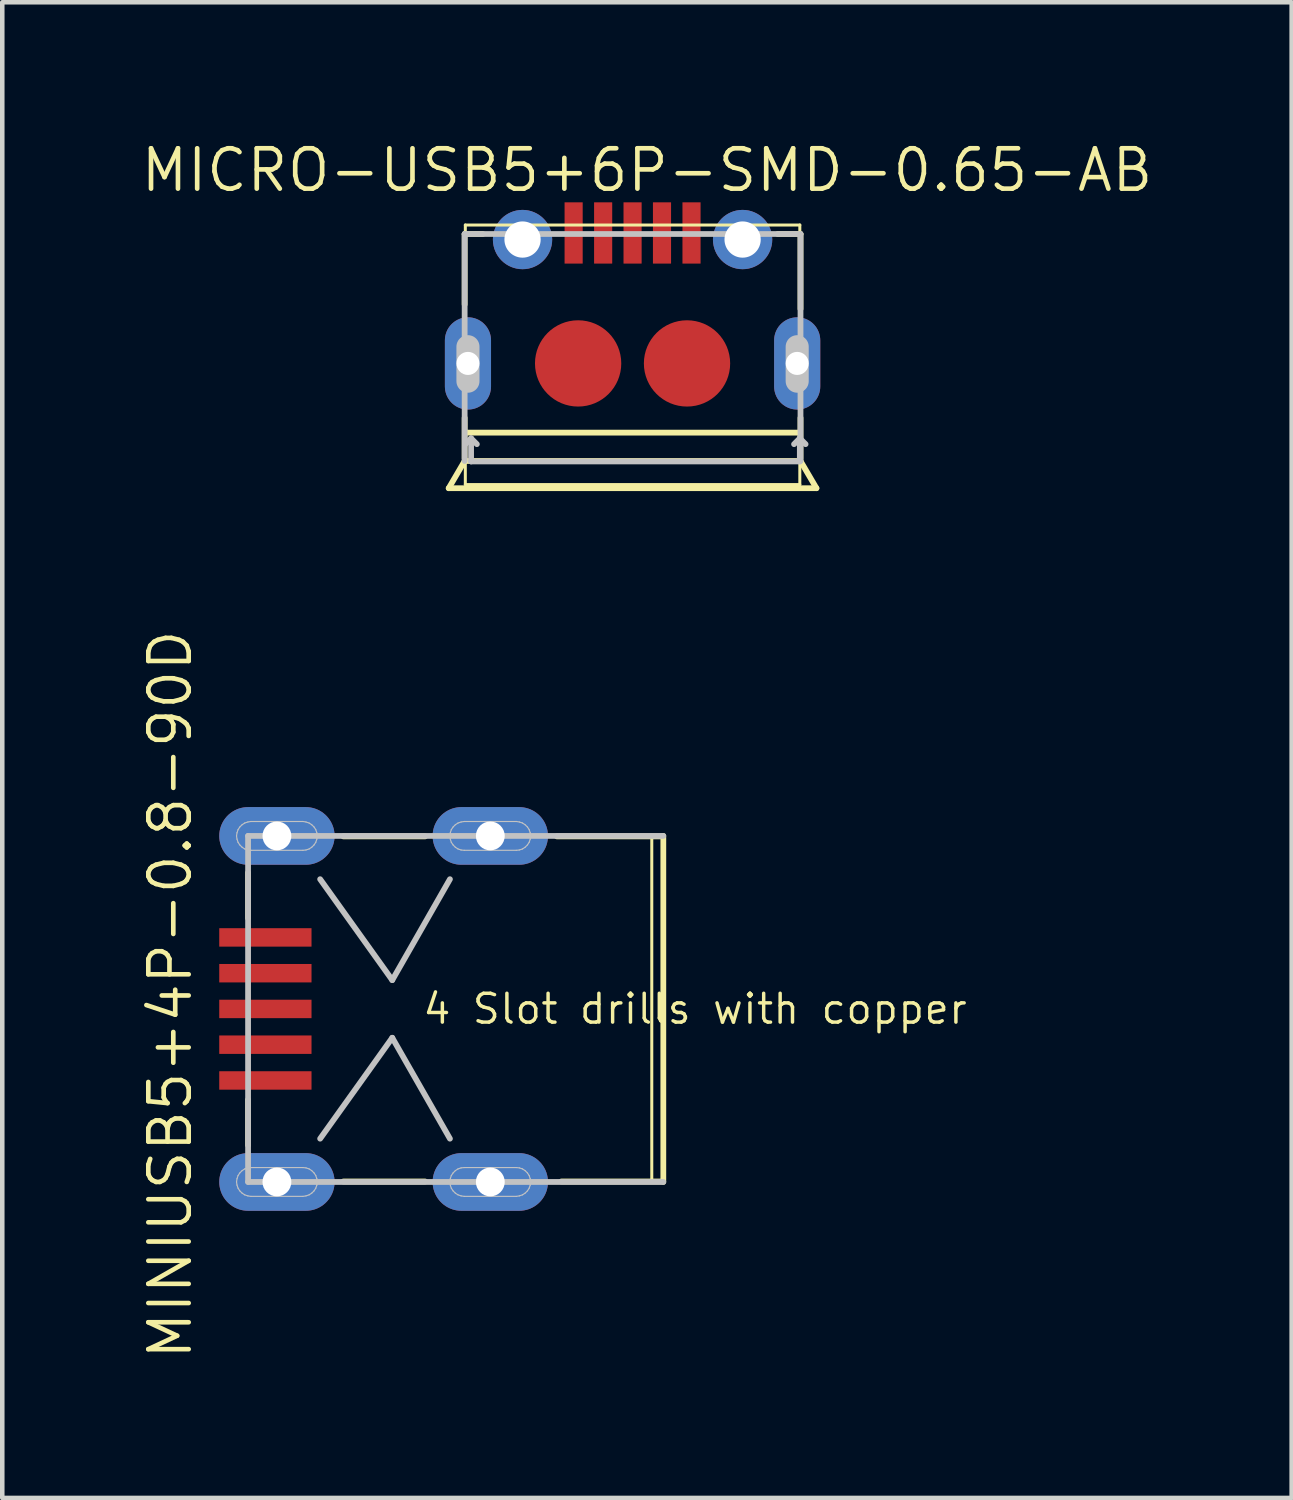
<source format=kicad_pcb>
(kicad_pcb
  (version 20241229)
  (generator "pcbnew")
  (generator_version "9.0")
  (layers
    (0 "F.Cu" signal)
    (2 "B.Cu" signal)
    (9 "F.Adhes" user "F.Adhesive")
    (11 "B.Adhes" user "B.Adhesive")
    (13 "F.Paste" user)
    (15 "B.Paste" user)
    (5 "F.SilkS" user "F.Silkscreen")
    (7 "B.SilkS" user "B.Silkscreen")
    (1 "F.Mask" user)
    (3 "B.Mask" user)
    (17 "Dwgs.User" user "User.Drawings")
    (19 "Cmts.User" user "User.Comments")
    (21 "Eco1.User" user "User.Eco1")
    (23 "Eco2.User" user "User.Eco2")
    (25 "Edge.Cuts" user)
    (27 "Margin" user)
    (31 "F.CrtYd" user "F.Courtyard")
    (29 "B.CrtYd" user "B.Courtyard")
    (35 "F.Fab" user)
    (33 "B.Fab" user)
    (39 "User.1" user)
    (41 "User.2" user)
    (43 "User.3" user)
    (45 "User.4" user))
  (footprint "MICRO-USB5+6P-SMD-0.65-AB"
    (layer "F.Cu")
    (at 10.88 4.953)
    (property "Reference" "MICRO-USB5+6P-SMD-0.65-AB" (at 0.318 -4.255 0) (layer "F.SilkS") (effects (font (size 0.889 0.889) (thickness 0.102))))
    (attr smd)
    (fp_line (start -4.049 2.748) (end -3.698 2.149) (stroke (width 0.127) (type solid)) (layer "F.SilkS"))
    (fp_line (start -3.698 -2.85) (end -3.698 -1.298) (stroke (width 0.127) (type solid)) (layer "F.SilkS"))
    (fp_line (start -3.698 1.199) (end -3.698 2.098) (stroke (width 0.127) (type solid)) (layer "F.SilkS"))
    (fp_line (start -3.698 2.149) (end 3.698 2.149) (stroke (width 0.127) (type solid)) (layer "F.SilkS"))
    (fp_line (start -3.683 -3.048) (end 3.683 -3.048) (stroke (width 0.066) (type solid)) (layer "F.SilkS"))
    (fp_line (start -3.683 1.524) (end 3.683 1.524) (stroke (width 0.127) (type solid)) (layer "F.SilkS"))
    (fp_line (start -3.683 2.667) (end -3.683 -3.048) (stroke (width 0.066) (type solid)) (layer "F.SilkS"))
    (fp_line (start -3.683 2.667) (end 3.683 2.667) (stroke (width 0.066) (type solid)) (layer "F.SilkS"))
    (fp_line (start -3.299 -2.85) (end -3.698 -2.85) (stroke (width 0.127) (type solid)) (layer "F.SilkS"))
    (fp_line (start 3.198 -2.85) (end 3.698 -2.85) (stroke (width 0.127) (type solid)) (layer "F.SilkS"))
    (fp_line (start 3.683 2.667) (end 3.683 -3.048) (stroke (width 0.066) (type solid)) (layer "F.SilkS"))
    (fp_line (start 3.698 -2.85) (end 3.698 -1.199) (stroke (width 0.127) (type solid)) (layer "F.SilkS"))
    (fp_line (start 3.698 1.199) (end 3.698 2.098) (stroke (width 0.127) (type solid)) (layer "F.SilkS"))
    (fp_line (start 3.698 2.149) (end 4.049 2.748) (stroke (width 0.127) (type solid)) (layer "F.SilkS"))
    (fp_line (start 4.049 2.748) (end -4.049 2.748) (stroke (width 0.127) (type solid)) (layer "F.SilkS"))
    (fp_line (start -3.698 -2.85) (end 3.698 -2.85) (stroke (width 0.127) (type solid)) (layer "Dwgs.User"))
    (fp_line (start -3.698 2.149) (end -3.698 -2.85) (stroke (width 0.127) (type solid)) (layer "Dwgs.User"))
    (fp_line (start -3.625 0.391) (end -3.625 -0.368) (stroke (width 0.508) (type solid)) (layer "Dwgs.User"))
    (fp_line (start -3.556 1.651) (end -3.683 1.778) (stroke (width 0.127) (type solid)) (layer "Dwgs.User"))
    (fp_line (start -3.556 1.651) (end -3.556 2.159) (stroke (width 0.127) (type solid)) (layer "Dwgs.User"))
    (fp_line (start -3.556 1.651) (end -3.429 1.778) (stroke (width 0.127) (type solid)) (layer "Dwgs.User"))
    (fp_line (start -3.556 2.159) (end 3.683 2.159) (stroke (width 0.127) (type solid)) (layer "Dwgs.User"))
    (fp_line (start 3.556 1.778) (end 3.683 1.651) (stroke (width 0.127) (type solid)) (layer "Dwgs.User"))
    (fp_line (start 3.625 0.391) (end 3.625 -0.368) (stroke (width 0.508) (type solid)) (layer "Dwgs.User"))
    (fp_line (start 3.683 1.651) (end 3.81 1.778) (stroke (width 0.127) (type solid)) (layer "Dwgs.User"))
    (fp_line (start 3.683 2.159) (end 3.683 1.651) (stroke (width 0.127) (type solid)) (layer "Dwgs.User"))
    (fp_line (start 3.698 -2.85) (end 3.698 2.149) (stroke (width 0.127) (type solid)) (layer "Dwgs.User"))
    (pad "1" smd rect (at -1.298 -2.873 90) (size 1.349 0.399) (layers "F.Cu" "F.Mask" "F.Paste"))
    (pad "2" smd rect (at -0.648 -2.873 90) (size 1.349 0.399) (layers "F.Cu" "F.Mask" "F.Paste"))
    (pad "3" smd rect (at 0 -2.873 90) (size 1.349 0.399) (layers "F.Cu" "F.Mask" "F.Paste"))
    (pad "4" smd rect (at 0.648 -2.873 90) (size 1.349 0.399) (layers "F.Cu" "F.Mask" "F.Paste"))
    (pad "5" smd rect (at 1.298 -2.873 90) (size 1.349 0.399) (layers "F.Cu" "F.Mask" "F.Paste"))
    (pad "P1" smd circle (at -1.199 0 90) (size 1.9 1.9) (layers "F.Cu" "F.Mask" "F.Paste"))
    (pad "P2" smd circle (at 1.199 0 90) (size 1.9 1.9) (layers "F.Cu" "F.Mask" "F.Paste"))
    (pad "P3" thru_hole oval (at -3.625 0 180) (size 1.016 2.032) (drill 0.508) (layers "*.Cu" "*.Paste" "*.Mask"))
    (pad "P4" thru_hole oval (at 3.625 0 180) (size 1.016 2.032) (drill 0.508) (layers "*.Cu" "*.Paste" "*.Mask"))
    (pad "P5" thru_hole circle (at -2.423 -2.728 180) (size 1.306 1.306) (drill 0.798) (layers "*.Cu" "*.Paste" "*.Mask"))
    (pad "P6" thru_hole circle (at 2.423 -2.728 180) (size 1.306 1.306) (drill 0.798) (layers "*.Cu" "*.Paste" "*.Mask")))
  (footprint "MINIUSB5+4P-0.8-90D"
    (layer "F.Cu")
    (at 2.413 19.168)
    (property "Reference" "MINIUSB5+4P-0.8-90D" (at -1.714 -0.318 90) (layer "F.SilkS") (effects (font (size 0.889 0.889) (thickness 0.102))))
    (attr smd)
    (fp_line (start 0 -3.81) (end 8.89 -3.81) (stroke (width 0.066) (type solid)) (layer "F.SilkS"))
    (fp_line (start 0 -1.999) (end 0 -3) (stroke (width 0.127) (type solid)) (layer "F.SilkS"))
    (fp_line (start 0 1.999) (end 0 3) (stroke (width 0.127) (type solid)) (layer "F.SilkS"))
    (fp_line (start 0 3.81) (end 0 -3.81) (stroke (width 0.066) (type solid)) (layer "F.SilkS"))
    (fp_line (start 0 3.81) (end 8.89 3.81) (stroke (width 0.066) (type solid)) (layer "F.SilkS"))
    (fp_line (start 2.098 -3.8) (end 3.899 -3.8) (stroke (width 0.127) (type solid)) (layer "F.SilkS"))
    (fp_line (start 2.098 3.8) (end 3.899 3.8) (stroke (width 0.127) (type solid)) (layer "F.SilkS"))
    (fp_line (start 6.8 -3.8) (end 9.098 -3.8) (stroke (width 0.127) (type solid)) (layer "F.SilkS"))
    (fp_line (start 6.899 3.8) (end 9.098 3.8) (stroke (width 0.127) (type solid)) (layer "F.SilkS"))
    (fp_line (start 8.89 3.81) (end 8.89 -3.81) (stroke (width 0.066) (type solid)) (layer "F.SilkS"))
    (fp_line (start 9.144 -3.81) (end 9.144 3.81) (stroke (width 0.127) (type solid)) (layer "F.SilkS"))
    (fp_line (start -0.254 -3.81) (end -0.244 -3.879) (stroke (width 0.025) (type solid)) (layer "Dwgs.User"))
    (fp_line (start -0.254 3.81) (end -0.244 3.739) (stroke (width 0.025) (type solid)) (layer "Dwgs.User"))
    (fp_line (start -0.244 -3.879) (end -0.221 -3.947) (stroke (width 0.025) (type solid)) (layer "Dwgs.User"))
    (fp_line (start -0.244 -3.739) (end -0.254 -3.81) (stroke (width 0.025) (type solid)) (layer "Dwgs.User"))
    (fp_line (start -0.244 3.739) (end -0.221 3.67) (stroke (width 0.025) (type solid)) (layer "Dwgs.User"))
    (fp_line (start -0.244 3.879) (end -0.254 3.81) (stroke (width 0.025) (type solid)) (layer "Dwgs.User"))
    (fp_line (start -0.221 -3.947) (end -0.183 -4.006) (stroke (width 0.025) (type solid)) (layer "Dwgs.User"))
    (fp_line (start -0.221 -3.67) (end -0.244 -3.739) (stroke (width 0.025) (type solid)) (layer "Dwgs.User"))
    (fp_line (start -0.221 3.67) (end -0.183 3.612) (stroke (width 0.025) (type solid)) (layer "Dwgs.User"))
    (fp_line (start -0.221 3.947) (end -0.244 3.879) (stroke (width 0.025) (type solid)) (layer "Dwgs.User"))
    (fp_line (start -0.183 -4.006) (end -0.132 -4.056) (stroke (width 0.025) (type solid)) (layer "Dwgs.User"))
    (fp_line (start -0.183 -3.612) (end -0.221 -3.67) (stroke (width 0.025) (type solid)) (layer "Dwgs.User"))
    (fp_line (start -0.183 3.612) (end -0.132 3.561) (stroke (width 0.025) (type solid)) (layer "Dwgs.User"))
    (fp_line (start -0.183 4.006) (end -0.221 3.947) (stroke (width 0.025) (type solid)) (layer "Dwgs.User"))
    (fp_line (start -0.132 -4.056) (end -0.074 -4.094) (stroke (width 0.025) (type solid)) (layer "Dwgs.User"))
    (fp_line (start -0.132 -3.561) (end -0.183 -3.612) (stroke (width 0.025) (type solid)) (layer "Dwgs.User"))
    (fp_line (start -0.132 3.561) (end -0.074 3.523) (stroke (width 0.025) (type solid)) (layer "Dwgs.User"))
    (fp_line (start -0.132 4.056) (end -0.183 4.006) (stroke (width 0.025) (type solid)) (layer "Dwgs.User"))
    (fp_line (start -0.074 -4.094) (end -0.005 -4.117) (stroke (width 0.025) (type solid)) (layer "Dwgs.User"))
    (fp_line (start -0.074 -3.523) (end -0.132 -3.561) (stroke (width 0.025) (type solid)) (layer "Dwgs.User"))
    (fp_line (start -0.074 3.523) (end -0.005 3.5) (stroke (width 0.025) (type solid)) (layer "Dwgs.User"))
    (fp_line (start -0.074 4.094) (end -0.132 4.056) (stroke (width 0.025) (type solid)) (layer "Dwgs.User"))
    (fp_line (start -0.005 -4.117) (end 0.064 -4.128) (stroke (width 0.025) (type solid)) (layer "Dwgs.User"))
    (fp_line (start -0.005 -3.5) (end -0.074 -3.523) (stroke (width 0.025) (type solid)) (layer "Dwgs.User"))
    (fp_line (start -0.005 3.5) (end 0.064 3.493) (stroke (width 0.025) (type solid)) (layer "Dwgs.User"))
    (fp_line (start -0.005 4.117) (end -0.074 4.094) (stroke (width 0.025) (type solid)) (layer "Dwgs.User"))
    (fp_line (start 0 -3.81) (end 9.144 -3.81) (stroke (width 0.127) (type solid)) (layer "Dwgs.User"))
    (fp_line (start 0 3.81) (end 0 -3.81) (stroke (width 0.127) (type solid)) (layer "Dwgs.User"))
    (fp_line (start 0.064 -4.128) (end 1.206 -4.128) (stroke (width 0.025) (type solid)) (layer "Dwgs.User"))
    (fp_line (start 0.064 -3.493) (end -0.005 -3.5) (stroke (width 0.025) (type solid)) (layer "Dwgs.User"))
    (fp_line (start 0.064 3.493) (end 1.206 3.493) (stroke (width 0.025) (type solid)) (layer "Dwgs.User"))
    (fp_line (start 0.064 4.128) (end -0.005 4.117) (stroke (width 0.025) (type solid)) (layer "Dwgs.User"))
    (fp_line (start 1.206 -4.128) (end 1.275 -4.117) (stroke (width 0.025) (type solid)) (layer "Dwgs.User"))
    (fp_line (start 1.206 -3.493) (end 0.064 -3.493) (stroke (width 0.025) (type solid)) (layer "Dwgs.User"))
    (fp_line (start 1.206 3.493) (end 1.275 3.5) (stroke (width 0.025) (type solid)) (layer "Dwgs.User"))
    (fp_line (start 1.206 4.128) (end 0.064 4.128) (stroke (width 0.025) (type solid)) (layer "Dwgs.User"))
    (fp_line (start 1.275 -4.117) (end 1.344 -4.094) (stroke (width 0.025) (type solid)) (layer "Dwgs.User"))
    (fp_line (start 1.275 -3.5) (end 1.206 -3.493) (stroke (width 0.025) (type solid)) (layer "Dwgs.User"))
    (fp_line (start 1.275 3.5) (end 1.344 3.523) (stroke (width 0.025) (type solid)) (layer "Dwgs.User"))
    (fp_line (start 1.275 4.117) (end 1.206 4.128) (stroke (width 0.025) (type solid)) (layer "Dwgs.User"))
    (fp_line (start 1.344 -4.094) (end 1.402 -4.056) (stroke (width 0.025) (type solid)) (layer "Dwgs.User"))
    (fp_line (start 1.344 -3.523) (end 1.275 -3.5) (stroke (width 0.025) (type solid)) (layer "Dwgs.User"))
    (fp_line (start 1.344 3.523) (end 1.402 3.561) (stroke (width 0.025) (type solid)) (layer "Dwgs.User"))
    (fp_line (start 1.344 4.094) (end 1.275 4.117) (stroke (width 0.025) (type solid)) (layer "Dwgs.User"))
    (fp_line (start 1.402 -4.056) (end 1.453 -4.006) (stroke (width 0.025) (type solid)) (layer "Dwgs.User"))
    (fp_line (start 1.402 -3.561) (end 1.344 -3.523) (stroke (width 0.025) (type solid)) (layer "Dwgs.User"))
    (fp_line (start 1.402 3.561) (end 1.453 3.612) (stroke (width 0.025) (type solid)) (layer "Dwgs.User"))
    (fp_line (start 1.402 4.056) (end 1.344 4.094) (stroke (width 0.025) (type solid)) (layer "Dwgs.User"))
    (fp_line (start 1.453 -4.006) (end 1.491 -3.947) (stroke (width 0.025) (type solid)) (layer "Dwgs.User"))
    (fp_line (start 1.453 -3.612) (end 1.402 -3.561) (stroke (width 0.025) (type solid)) (layer "Dwgs.User"))
    (fp_line (start 1.453 3.612) (end 1.491 3.67) (stroke (width 0.025) (type solid)) (layer "Dwgs.User"))
    (fp_line (start 1.453 4.006) (end 1.402 4.056) (stroke (width 0.025) (type solid)) (layer "Dwgs.User"))
    (fp_line (start 1.491 -3.947) (end 1.514 -3.879) (stroke (width 0.025) (type solid)) (layer "Dwgs.User"))
    (fp_line (start 1.491 -3.67) (end 1.453 -3.612) (stroke (width 0.025) (type solid)) (layer "Dwgs.User"))
    (fp_line (start 1.491 3.67) (end 1.514 3.739) (stroke (width 0.025) (type solid)) (layer "Dwgs.User"))
    (fp_line (start 1.491 3.947) (end 1.453 4.006) (stroke (width 0.025) (type solid)) (layer "Dwgs.User"))
    (fp_line (start 1.514 -3.879) (end 1.524 -3.81) (stroke (width 0.025) (type solid)) (layer "Dwgs.User"))
    (fp_line (start 1.514 -3.739) (end 1.491 -3.67) (stroke (width 0.025) (type solid)) (layer "Dwgs.User"))
    (fp_line (start 1.514 3.739) (end 1.524 3.81) (stroke (width 0.025) (type solid)) (layer "Dwgs.User"))
    (fp_line (start 1.514 3.879) (end 1.491 3.947) (stroke (width 0.025) (type solid)) (layer "Dwgs.User"))
    (fp_line (start 1.524 -3.81) (end 1.514 -3.739) (stroke (width 0.025) (type solid)) (layer "Dwgs.User"))
    (fp_line (start 1.524 3.81) (end 1.514 3.879) (stroke (width 0.025) (type solid)) (layer "Dwgs.User"))
    (fp_line (start 3.175 -0.635) (end 1.587 -2.857) (stroke (width 0.127) (type solid)) (layer "Dwgs.User"))
    (fp_line (start 3.175 -0.635) (end 4.445 -2.857) (stroke (width 0.127) (type solid)) (layer "Dwgs.User"))
    (fp_line (start 3.175 0.635) (end 1.587 2.857) (stroke (width 0.127) (type solid)) (layer "Dwgs.User"))
    (fp_line (start 3.175 0.635) (end 4.445 2.857) (stroke (width 0.127) (type solid)) (layer "Dwgs.User"))
    (fp_line (start 4.445 -3.81) (end 4.453 -3.879) (stroke (width 0.025) (type solid)) (layer "Dwgs.User"))
    (fp_line (start 4.445 3.81) (end 4.453 3.739) (stroke (width 0.025) (type solid)) (layer "Dwgs.User"))
    (fp_line (start 4.453 -3.879) (end 4.475 -3.947) (stroke (width 0.025) (type solid)) (layer "Dwgs.User"))
    (fp_line (start 4.453 -3.739) (end 4.445 -3.81) (stroke (width 0.025) (type solid)) (layer "Dwgs.User"))
    (fp_line (start 4.453 3.739) (end 4.475 3.67) (stroke (width 0.025) (type solid)) (layer "Dwgs.User"))
    (fp_line (start 4.453 3.879) (end 4.445 3.81) (stroke (width 0.025) (type solid)) (layer "Dwgs.User"))
    (fp_line (start 4.475 -3.947) (end 4.514 -4.006) (stroke (width 0.025) (type solid)) (layer "Dwgs.User"))
    (fp_line (start 4.475 -3.67) (end 4.453 -3.739) (stroke (width 0.025) (type solid)) (layer "Dwgs.User"))
    (fp_line (start 4.475 3.67) (end 4.514 3.612) (stroke (width 0.025) (type solid)) (layer "Dwgs.User"))
    (fp_line (start 4.475 3.947) (end 4.453 3.879) (stroke (width 0.025) (type solid)) (layer "Dwgs.User"))
    (fp_line (start 4.514 -4.006) (end 4.564 -4.056) (stroke (width 0.025) (type solid)) (layer "Dwgs.User"))
    (fp_line (start 4.514 -3.612) (end 4.475 -3.67) (stroke (width 0.025) (type solid)) (layer "Dwgs.User"))
    (fp_line (start 4.514 3.612) (end 4.564 3.561) (stroke (width 0.025) (type solid)) (layer "Dwgs.User"))
    (fp_line (start 4.514 4.006) (end 4.475 3.947) (stroke (width 0.025) (type solid)) (layer "Dwgs.User"))
    (fp_line (start 4.564 -4.056) (end 4.623 -4.094) (stroke (width 0.025) (type solid)) (layer "Dwgs.User"))
    (fp_line (start 4.564 -3.561) (end 4.514 -3.612) (stroke (width 0.025) (type solid)) (layer "Dwgs.User"))
    (fp_line (start 4.564 3.561) (end 4.623 3.523) (stroke (width 0.025) (type solid)) (layer "Dwgs.User"))
    (fp_line (start 4.564 4.056) (end 4.514 4.006) (stroke (width 0.025) (type solid)) (layer "Dwgs.User"))
    (fp_line (start 4.623 -4.094) (end 4.691 -4.117) (stroke (width 0.025) (type solid)) (layer "Dwgs.User"))
    (fp_line (start 4.623 -3.523) (end 4.564 -3.561) (stroke (width 0.025) (type solid)) (layer "Dwgs.User"))
    (fp_line (start 4.623 3.523) (end 4.691 3.5) (stroke (width 0.025) (type solid)) (layer "Dwgs.User"))
    (fp_line (start 4.623 4.094) (end 4.564 4.056) (stroke (width 0.025) (type solid)) (layer "Dwgs.User"))
    (fp_line (start 4.691 -4.117) (end 4.763 -4.128) (stroke (width 0.025) (type solid)) (layer "Dwgs.User"))
    (fp_line (start 4.691 -3.5) (end 4.623 -3.523) (stroke (width 0.025) (type solid)) (layer "Dwgs.User"))
    (fp_line (start 4.691 3.5) (end 4.763 3.493) (stroke (width 0.025) (type solid)) (layer "Dwgs.User"))
    (fp_line (start 4.691 4.117) (end 4.623 4.094) (stroke (width 0.025) (type solid)) (layer "Dwgs.User"))
    (fp_line (start 4.763 -4.128) (end 5.905 -4.128) (stroke (width 0.025) (type solid)) (layer "Dwgs.User"))
    (fp_line (start 4.763 -3.493) (end 4.691 -3.5) (stroke (width 0.025) (type solid)) (layer "Dwgs.User"))
    (fp_line (start 4.763 3.493) (end 5.905 3.493) (stroke (width 0.025) (type solid)) (layer "Dwgs.User"))
    (fp_line (start 4.763 4.128) (end 4.691 4.117) (stroke (width 0.025) (type solid)) (layer "Dwgs.User"))
    (fp_line (start 5.905 -4.128) (end 5.974 -4.117) (stroke (width 0.025) (type solid)) (layer "Dwgs.User"))
    (fp_line (start 5.905 -3.493) (end 4.763 -3.493) (stroke (width 0.025) (type solid)) (layer "Dwgs.User"))
    (fp_line (start 5.905 3.493) (end 5.974 3.5) (stroke (width 0.025) (type solid)) (layer "Dwgs.User"))
    (fp_line (start 5.905 4.128) (end 4.763 4.128) (stroke (width 0.025) (type solid)) (layer "Dwgs.User"))
    (fp_line (start 5.974 -4.117) (end 6.043 -4.094) (stroke (width 0.025) (type solid)) (layer "Dwgs.User"))
    (fp_line (start 5.974 -3.5) (end 5.905 -3.493) (stroke (width 0.025) (type solid)) (layer "Dwgs.User"))
    (fp_line (start 5.974 3.5) (end 6.043 3.523) (stroke (width 0.025) (type solid)) (layer "Dwgs.User"))
    (fp_line (start 5.974 4.117) (end 5.905 4.128) (stroke (width 0.025) (type solid)) (layer "Dwgs.User"))
    (fp_line (start 6.043 -4.094) (end 6.101 -4.056) (stroke (width 0.025) (type solid)) (layer "Dwgs.User"))
    (fp_line (start 6.043 -3.523) (end 5.974 -3.5) (stroke (width 0.025) (type solid)) (layer "Dwgs.User"))
    (fp_line (start 6.043 3.523) (end 6.101 3.561) (stroke (width 0.025) (type solid)) (layer "Dwgs.User"))
    (fp_line (start 6.043 4.094) (end 5.974 4.117) (stroke (width 0.025) (type solid)) (layer "Dwgs.User"))
    (fp_line (start 6.101 -4.056) (end 6.152 -4.006) (stroke (width 0.025) (type solid)) (layer "Dwgs.User"))
    (fp_line (start 6.101 -3.561) (end 6.043 -3.523) (stroke (width 0.025) (type solid)) (layer "Dwgs.User"))
    (fp_line (start 6.101 3.561) (end 6.152 3.612) (stroke (width 0.025) (type solid)) (layer "Dwgs.User"))
    (fp_line (start 6.101 4.056) (end 6.043 4.094) (stroke (width 0.025) (type solid)) (layer "Dwgs.User"))
    (fp_line (start 6.152 -4.006) (end 6.19 -3.947) (stroke (width 0.025) (type solid)) (layer "Dwgs.User"))
    (fp_line (start 6.152 -3.612) (end 6.101 -3.561) (stroke (width 0.025) (type solid)) (layer "Dwgs.User"))
    (fp_line (start 6.152 3.612) (end 6.19 3.67) (stroke (width 0.025) (type solid)) (layer "Dwgs.User"))
    (fp_line (start 6.152 4.006) (end 6.101 4.056) (stroke (width 0.025) (type solid)) (layer "Dwgs.User"))
    (fp_line (start 6.19 -3.947) (end 6.213 -3.879) (stroke (width 0.025) (type solid)) (layer "Dwgs.User"))
    (fp_line (start 6.19 -3.67) (end 6.152 -3.612) (stroke (width 0.025) (type solid)) (layer "Dwgs.User"))
    (fp_line (start 6.19 3.67) (end 6.213 3.739) (stroke (width 0.025) (type solid)) (layer "Dwgs.User"))
    (fp_line (start 6.19 3.947) (end 6.152 4.006) (stroke (width 0.025) (type solid)) (layer "Dwgs.User"))
    (fp_line (start 6.213 -3.879) (end 6.223 -3.81) (stroke (width 0.025) (type solid)) (layer "Dwgs.User"))
    (fp_line (start 6.213 -3.739) (end 6.19 -3.67) (stroke (width 0.025) (type solid)) (layer "Dwgs.User"))
    (fp_line (start 6.213 3.739) (end 6.223 3.81) (stroke (width 0.025) (type solid)) (layer "Dwgs.User"))
    (fp_line (start 6.213 3.879) (end 6.19 3.947) (stroke (width 0.025) (type solid)) (layer "Dwgs.User"))
    (fp_line (start 6.223 -3.81) (end 6.213 -3.739) (stroke (width 0.025) (type solid)) (layer "Dwgs.User"))
    (fp_line (start 6.223 3.81) (end 6.213 3.879) (stroke (width 0.025) (type solid)) (layer "Dwgs.User"))
    (fp_line (start 9.144 3.81) (end 0 3.81) (stroke (width 0.127) (type solid)) (layer "Dwgs.User"))
    (fp_text user "4 Slot drills with copper" (at 9.842 0 0) (layer "F.SilkS") (effects (font (size 0.635 0.635) (thickness 0.076))))
    (pad "1" smd rect (at 0.381 1.575) (size 2.032 0.406) (layers "F.Cu" "F.Mask" "F.Paste"))
    (pad "2" smd rect (at 0.381 0.787) (size 2.032 0.406) (layers "F.Cu" "F.Mask" "F.Paste"))
    (pad "3" smd rect (at 0.381 0) (size 2.032 0.406) (layers "F.Cu" "F.Mask" "F.Paste"))
    (pad "4" smd rect (at 0.381 -0.787) (size 2.032 0.406) (layers "F.Cu" "F.Mask" "F.Paste"))
    (pad "5" smd rect (at 0.381 -1.575) (size 2.032 0.406) (layers "F.Cu" "F.Mask" "F.Paste"))
    (pad "GND@" thru_hole oval (at 0.635 -3.81 90) (size 1.27 2.54) (drill 0.635) (layers "*.Cu" "*.Paste" "*.Mask"))
    (pad "GND@" thru_hole oval (at 0.635 3.81 90) (size 1.27 2.54) (drill 0.635) (layers "*.Cu" "*.Paste" "*.Mask"))
    (pad "GND@" thru_hole oval (at 5.334 -3.81 90) (size 1.27 2.54) (drill 0.635) (layers "*.Cu" "*.Paste" "*.Mask"))
    (pad "GND@" thru_hole oval (at 5.334 3.81 90) (size 1.27 2.54) (drill 0.635) (layers "*.Cu" "*.Paste" "*.Mask")))
  (gr_rect
    (start -3 -3)
    (end 25.394 29.936)
    (stroke (width 0.1) (type default))
    (fill no)
    (layer "Edge.Cuts")))
</source>
